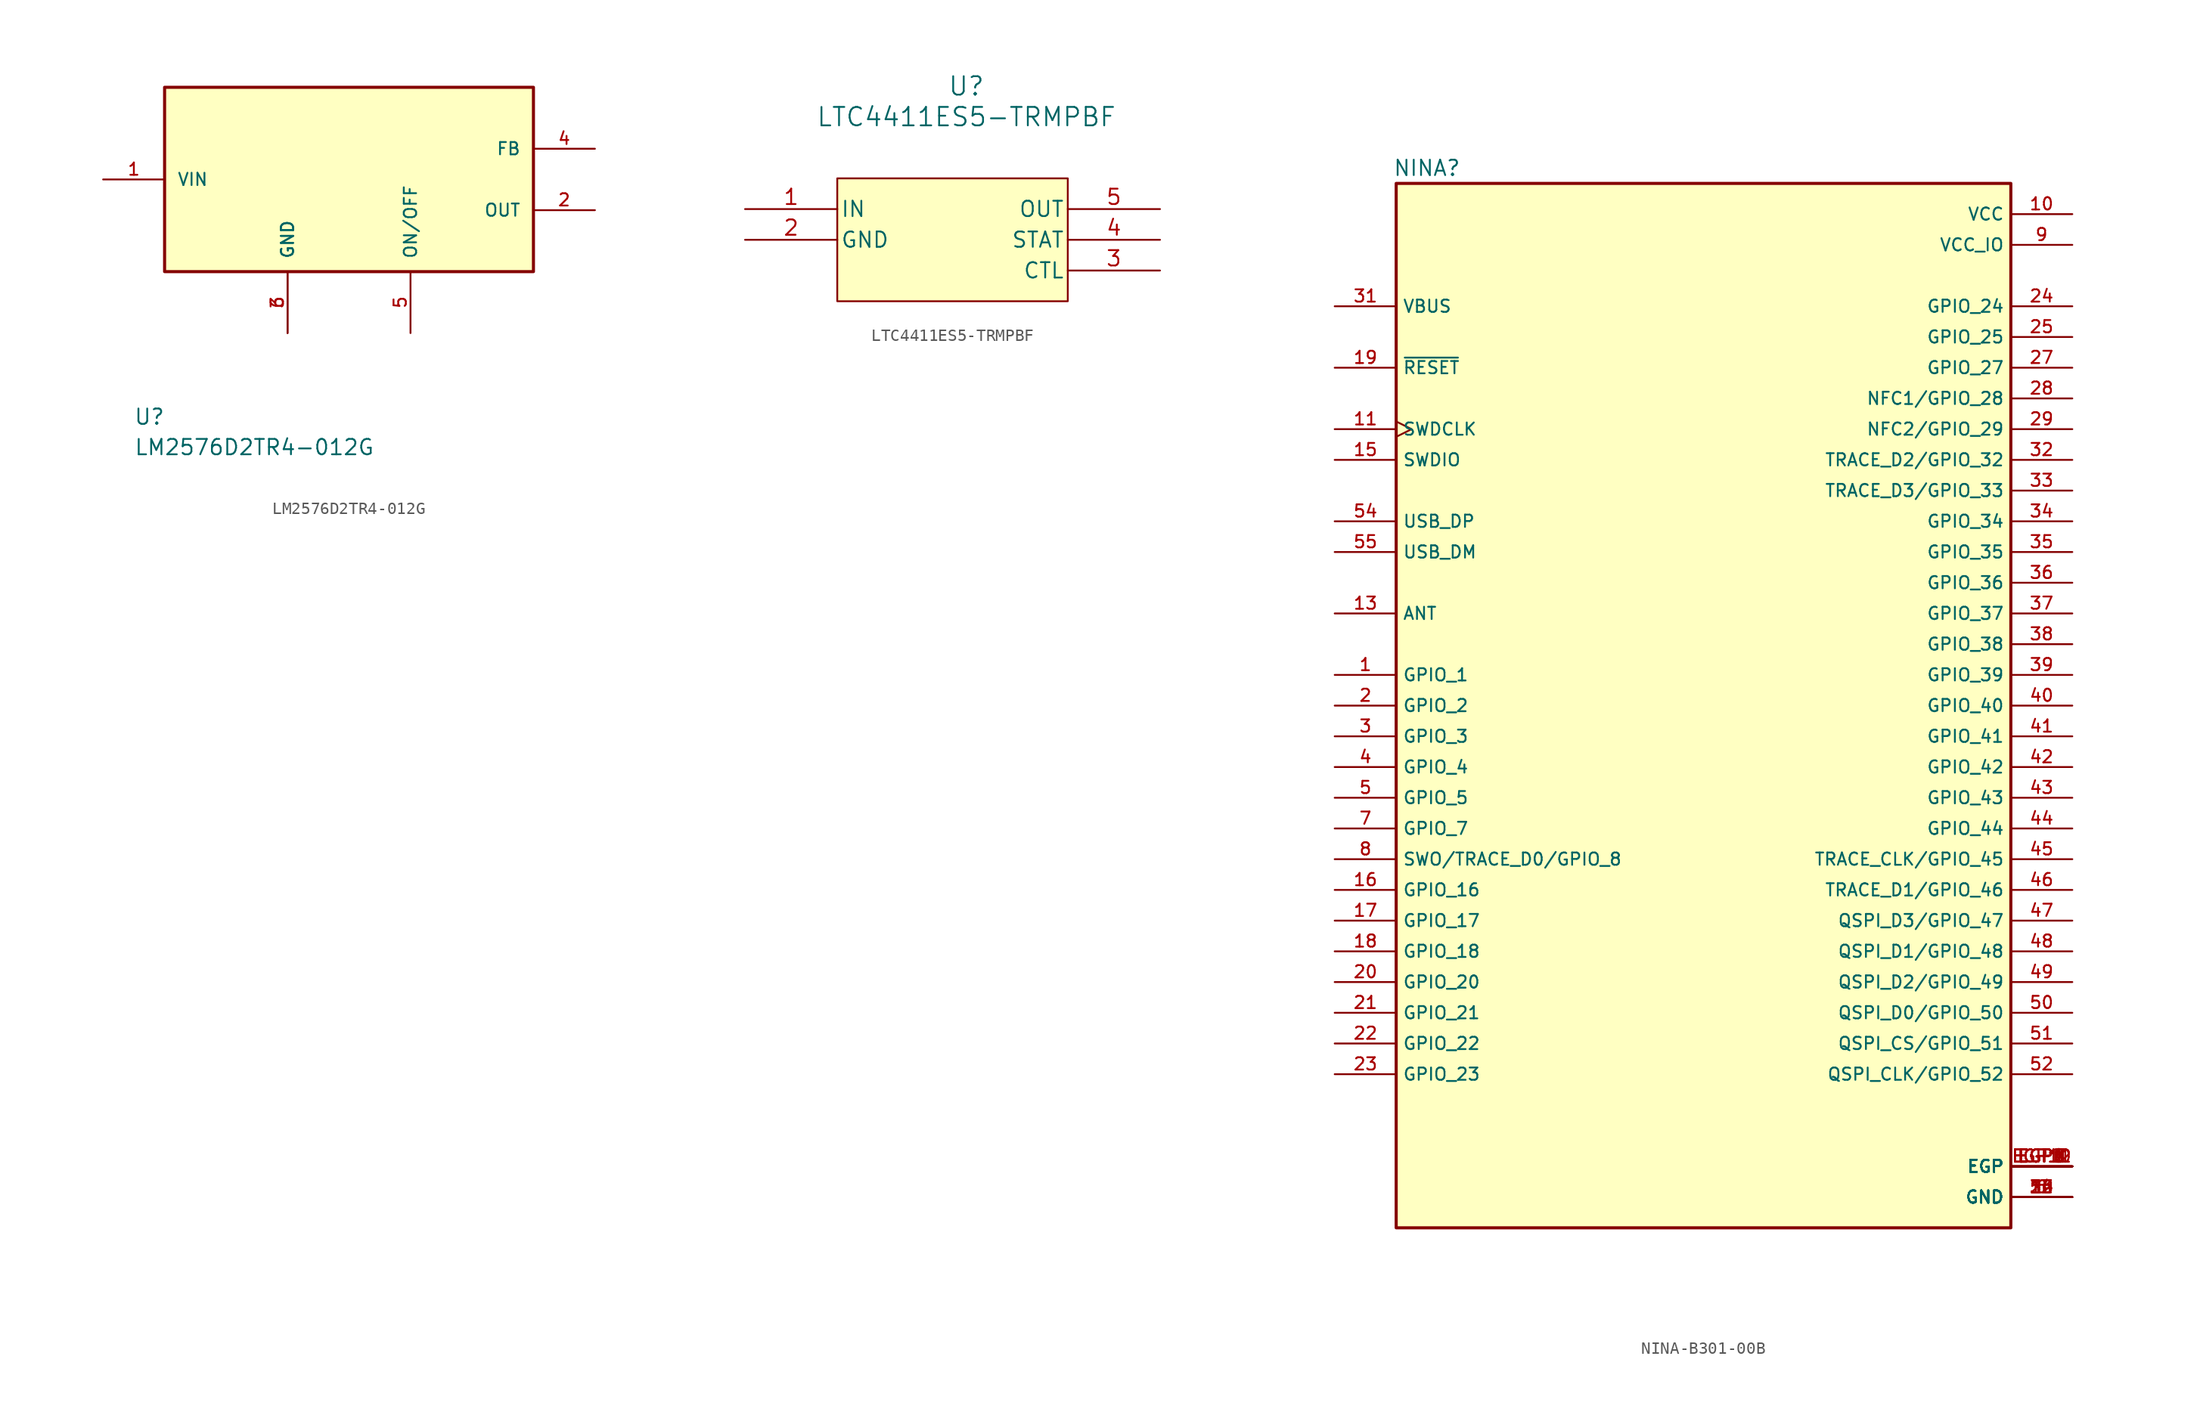
<source format=kicad_sym>
(kicad_symbol_lib
  (version 20241209)
  (generator "kicad_symbol_editor")
  (generator_version "9.0")
  (symbol "LM2576D2TR4-012G"
    (pin_names
      (offset 1.016))
    (property "Reference" "U"
      (at -17.805 -20.371 0)
      (effects (font (size 1.27 1.27)) (justify left bottom)))
    (property "Value" "LM2576D2TR4-012G"
      (at -17.78 -22.885 0)
      (effects (font (size 1.27 1.27)) (justify left bottom)))
    (property "ki_locked" ""
      (at 0 0 0)
      (effects (font (size 1.27 1.27))))
    (symbol "LM2576D2TR4-012G_0_0"
      (rectangle (start -15.24 -7.62) (end 15.24 7.62) (stroke (width 0.254) (type default)) (fill (type background)))
      (pin input line (at -20.32 0 0) (length 5.08) (name "VIN" (effects (font (size 1.016 1.016)))) (number "1" (effects (font (size 1.016 1.016)))))
      (pin passive line (at -5.08 -12.7 90) (length 5.08) (name "GND" (effects (font (size 1.016 1.016)))) (number "3" (effects (font (size 1.016 1.016)))))
      (pin passive line (at -5.08 -12.7 90) (length 5.08) (name "GND" (effects (font (size 1.016 1.016)))) (number "6" (effects (font (size 1.016 1.016)))))
      (pin input line (at 5.08 -12.7 90) (length 5.08) (name "ON/OFF" (effects (font (size 1.016 1.016)))) (number "5" (effects (font (size 1.016 1.016)))))
      (pin output line (at 20.32 2.54 180) (length 5.08) (name "FB" (effects (font (size 1.016 1.016)))) (number "4" (effects (font (size 1.016 1.016)))))
      (pin output line (at 20.32 -2.54 180) (length 5.08) (name "OUT" (effects (font (size 1.016 1.016)))) (number "2" (effects (font (size 1.016 1.016)))))))
  (symbol "LTC4411ES5-TRMPBF"
    (pin_names
      (offset 0.254))
    (property "Reference" "U"
      (at 18.288 10.16 0)
      (effects (font (size 1.524 1.524))))
    (property "Value" "LTC4411ES5-TRMPBF"
      (at 18.288 7.62 0)
      (effects (font (size 1.524 1.524))))
    (property "ki_locked" ""
      (at 0 0 0)
      (effects (font (size 1.27 1.27))))
    (symbol "LTC4411ES5-TRMPBF_0_1"
      (pin input line (at 0 0 0) (length 7.62) (name "IN" (effects (font (size 1.27 1.27)))) (number "1" (effects (font (size 1.27 1.27)))))
      (pin power_in line (at 0 -2.54 0) (length 7.62) (name "GND" (effects (font (size 1.27 1.27)))) (number "2" (effects (font (size 1.27 1.27)))))
      (pin output line (at 34.29 0 180) (length 7.62) (name "OUT" (effects (font (size 1.27 1.27)))) (number "5" (effects (font (size 1.27 1.27)))))
      (pin unspecified line (at 34.29 -2.54 180) (length 7.62) (name "STAT" (effects (font (size 1.27 1.27)))) (number "4" (effects (font (size 1.27 1.27)))))
      (pin unspecified line (at 34.29 -5.08 180) (length 7.62) (name "CTL" (effects (font (size 1.27 1.27)))) (number "3" (effects (font (size 1.27 1.27))))))
    (symbol "LTC4411ES5-TRMPBF_1_1"
      (rectangle (start 7.62 2.54) (end 26.67 -7.62) (stroke (width 0) (type solid)) (fill (type background)))))
  (symbol "NINA-B301-00B"
    (property "Reference" "NINA"
      (at -24.13 33.02 0)
      (effects (font (size 1.27 1.27))))
    (property "Value" ""
      (at 0 0 0)
      (effects (font (size 1.27 1.27))))
    (symbol "NINA-B301-00B_0_0"
      (rectangle (start -26.67 -54.61) (end 24.13 31.75) (stroke (width 0.254) (type default)) (fill (type background)))
      (pin input line (at -31.75 21.59 0) (length 5.08) (name "VBUS" (effects (font (size 1.016 1.016)))) (number "31" (effects (font (size 1.016 1.016)))))
      (pin bidirectional line (at -31.75 16.51 0) (length 5.08) (name "~{RESET}" (effects (font (size 1.016 1.016)))) (number "19" (effects (font (size 1.016 1.016)))))
      (pin input clock (at -31.75 11.43 0) (length 5.08) (name "SWDCLK" (effects (font (size 1.016 1.016)))) (number "11" (effects (font (size 1.016 1.016)))))
      (pin bidirectional line (at -31.75 8.89 0) (length 5.08) (name "SWDIO" (effects (font (size 1.016 1.016)))) (number "15" (effects (font (size 1.016 1.016)))))
      (pin bidirectional line (at -31.75 3.81 0) (length 5.08) (name "USB_DP" (effects (font (size 1.016 1.016)))) (number "54" (effects (font (size 1.016 1.016)))))
      (pin bidirectional line (at -31.75 1.27 0) (length 5.08) (name "USB_DM" (effects (font (size 1.016 1.016)))) (number "55" (effects (font (size 1.016 1.016)))))
      (pin bidirectional line (at -31.75 -3.81 0) (length 5.08) (name "ANT" (effects (font (size 1.016 1.016)))) (number "13" (effects (font (size 1.016 1.016)))))
      (pin bidirectional line (at -31.75 -8.89 0) (length 5.08) (name "GPIO_1" (effects (font (size 1.016 1.016)))) (number "1" (effects (font (size 1.016 1.016)))))
      (pin bidirectional line (at -31.75 -11.43 0) (length 5.08) (name "GPIO_2" (effects (font (size 1.016 1.016)))) (number "2" (effects (font (size 1.016 1.016)))))
      (pin bidirectional line (at -31.75 -13.97 0) (length 5.08) (name "GPIO_3" (effects (font (size 1.016 1.016)))) (number "3" (effects (font (size 1.016 1.016)))))
      (pin bidirectional line (at -31.75 -16.51 0) (length 5.08) (name "GPIO_4" (effects (font (size 1.016 1.016)))) (number "4" (effects (font (size 1.016 1.016)))))
      (pin bidirectional line (at -31.75 -19.05 0) (length 5.08) (name "GPIO_5" (effects (font (size 1.016 1.016)))) (number "5" (effects (font (size 1.016 1.016)))))
      (pin bidirectional line (at -31.75 -21.59 0) (length 5.08) (name "GPIO_7" (effects (font (size 1.016 1.016)))) (number "7" (effects (font (size 1.016 1.016)))))
      (pin bidirectional line (at -31.75 -24.13 0) (length 5.08) (name "SWO/TRACE_D0/GPIO_8" (effects (font (size 1.016 1.016)))) (number "8" (effects (font (size 1.016 1.016)))))
      (pin bidirectional line (at -31.75 -26.67 0) (length 5.08) (name "GPIO_16" (effects (font (size 1.016 1.016)))) (number "16" (effects (font (size 1.016 1.016)))))
      (pin bidirectional line (at -31.75 -29.21 0) (length 5.08) (name "GPIO_17" (effects (font (size 1.016 1.016)))) (number "17" (effects (font (size 1.016 1.016)))))
      (pin bidirectional line (at -31.75 -31.75 0) (length 5.08) (name "GPIO_18" (effects (font (size 1.016 1.016)))) (number "18" (effects (font (size 1.016 1.016)))))
      (pin bidirectional line (at -31.75 -34.29 0) (length 5.08) (name "GPIO_20" (effects (font (size 1.016 1.016)))) (number "20" (effects (font (size 1.016 1.016)))))
      (pin bidirectional line (at -31.75 -36.83 0) (length 5.08) (name "GPIO_21" (effects (font (size 1.016 1.016)))) (number "21" (effects (font (size 1.016 1.016)))))
      (pin bidirectional line (at -31.75 -39.37 0) (length 5.08) (name "GPIO_22" (effects (font (size 1.016 1.016)))) (number "22" (effects (font (size 1.016 1.016)))))
      (pin bidirectional line (at -31.75 -41.91 0) (length 5.08) (name "GPIO_23" (effects (font (size 1.016 1.016)))) (number "23" (effects (font (size 1.016 1.016)))))
      (pin power_in line (at 29.21 29.21 180) (length 5.08) (name "VCC" (effects (font (size 1.016 1.016)))) (number "10" (effects (font (size 1.016 1.016)))))
      (pin power_in line (at 29.21 26.67 180) (length 5.08) (name "VCC_IO" (effects (font (size 1.016 1.016)))) (number "9" (effects (font (size 1.016 1.016)))))
      (pin bidirectional line (at 29.21 21.59 180) (length 5.08) (name "GPIO_24" (effects (font (size 1.016 1.016)))) (number "24" (effects (font (size 1.016 1.016)))))
      (pin bidirectional line (at 29.21 19.05 180) (length 5.08) (name "GPIO_25" (effects (font (size 1.016 1.016)))) (number "25" (effects (font (size 1.016 1.016)))))
      (pin bidirectional line (at 29.21 16.51 180) (length 5.08) (name "GPIO_27" (effects (font (size 1.016 1.016)))) (number "27" (effects (font (size 1.016 1.016)))))
      (pin bidirectional line (at 29.21 13.97 180) (length 5.08) (name "NFC1/GPIO_28" (effects (font (size 1.016 1.016)))) (number "28" (effects (font (size 1.016 1.016)))))
      (pin bidirectional line (at 29.21 11.43 180) (length 5.08) (name "NFC2/GPIO_29" (effects (font (size 1.016 1.016)))) (number "29" (effects (font (size 1.016 1.016)))))
      (pin bidirectional line (at 29.21 8.89 180) (length 5.08) (name "TRACE_D2/GPIO_32" (effects (font (size 1.016 1.016)))) (number "32" (effects (font (size 1.016 1.016)))))
      (pin bidirectional line (at 29.21 6.35 180) (length 5.08) (name "TRACE_D3/GPIO_33" (effects (font (size 1.016 1.016)))) (number "33" (effects (font (size 1.016 1.016)))))
      (pin bidirectional line (at 29.21 3.81 180) (length 5.08) (name "GPIO_34" (effects (font (size 1.016 1.016)))) (number "34" (effects (font (size 1.016 1.016)))))
      (pin bidirectional line (at 29.21 1.27 180) (length 5.08) (name "GPIO_35" (effects (font (size 1.016 1.016)))) (number "35" (effects (font (size 1.016 1.016)))))
      (pin bidirectional line (at 29.21 -1.27 180) (length 5.08) (name "GPIO_36" (effects (font (size 1.016 1.016)))) (number "36" (effects (font (size 1.016 1.016)))))
      (pin bidirectional line (at 29.21 -3.81 180) (length 5.08) (name "GPIO_37" (effects (font (size 1.016 1.016)))) (number "37" (effects (font (size 1.016 1.016)))))
      (pin bidirectional line (at 29.21 -6.35 180) (length 5.08) (name "GPIO_38" (effects (font (size 1.016 1.016)))) (number "38" (effects (font (size 1.016 1.016)))))
      (pin bidirectional line (at 29.21 -8.89 180) (length 5.08) (name "GPIO_39" (effects (font (size 1.016 1.016)))) (number "39" (effects (font (size 1.016 1.016)))))
      (pin bidirectional line (at 29.21 -11.43 180) (length 5.08) (name "GPIO_40" (effects (font (size 1.016 1.016)))) (number "40" (effects (font (size 1.016 1.016)))))
      (pin bidirectional line (at 29.21 -13.97 180) (length 5.08) (name "GPIO_41" (effects (font (size 1.016 1.016)))) (number "41" (effects (font (size 1.016 1.016)))))
      (pin bidirectional line (at 29.21 -16.51 180) (length 5.08) (name "GPIO_42" (effects (font (size 1.016 1.016)))) (number "42" (effects (font (size 1.016 1.016)))))
      (pin bidirectional line (at 29.21 -19.05 180) (length 5.08) (name "GPIO_43" (effects (font (size 1.016 1.016)))) (number "43" (effects (font (size 1.016 1.016)))))
      (pin bidirectional line (at 29.21 -21.59 180) (length 5.08) (name "GPIO_44" (effects (font (size 1.016 1.016)))) (number "44" (effects (font (size 1.016 1.016)))))
      (pin bidirectional line (at 29.21 -24.13 180) (length 5.08) (name "TRACE_CLK/GPIO_45" (effects (font (size 1.016 1.016)))) (number "45" (effects (font (size 1.016 1.016)))))
      (pin bidirectional line (at 29.21 -26.67 180) (length 5.08) (name "TRACE_D1/GPIO_46" (effects (font (size 1.016 1.016)))) (number "46" (effects (font (size 1.016 1.016)))))
      (pin bidirectional line (at 29.21 -29.21 180) (length 5.08) (name "QSPI_D3/GPIO_47" (effects (font (size 1.016 1.016)))) (number "47" (effects (font (size 1.016 1.016)))))
      (pin bidirectional line (at 29.21 -31.75 180) (length 5.08) (name "QSPI_D1/GPIO_48" (effects (font (size 1.016 1.016)))) (number "48" (effects (font (size 1.016 1.016)))))
      (pin bidirectional line (at 29.21 -34.29 180) (length 5.08) (name "QSPI_D2/GPIO_49" (effects (font (size 1.016 1.016)))) (number "49" (effects (font (size 1.016 1.016)))))
      (pin bidirectional line (at 29.21 -36.83 180) (length 5.08) (name "QSPI_D0/GPIO_50" (effects (font (size 1.016 1.016)))) (number "50" (effects (font (size 1.016 1.016)))))
      (pin bidirectional line (at 29.21 -39.37 180) (length 5.08) (name "QSPI_CS/GPIO_51" (effects (font (size 1.016 1.016)))) (number "51" (effects (font (size 1.016 1.016)))))
      (pin bidirectional line (at 29.21 -41.91 180) (length 5.08) (name "QSPI_CLK/GPIO_52" (effects (font (size 1.016 1.016)))) (number "52" (effects (font (size 1.016 1.016)))))
      (pin power_in line (at 29.21 -49.53 180) (length 5.08) (name "EGP" (effects (font (size 1.016 1.016)))) (number "EGP1" (effects (font (size 1.016 1.016)))))
      (pin power_in line (at 29.21 -49.53 180) (length 5.08) (name "EGP" (effects (font (size 1.016 1.016)))) (number "EGP10" (effects (font (size 1.016 1.016)))))
      (pin power_in line (at 29.21 -49.53 180) (length 5.08) (name "EGP" (effects (font (size 1.016 1.016)))) (number "EGP11" (effects (font (size 1.016 1.016)))))
      (pin power_in line (at 29.21 -49.53 180) (length 5.08) (name "EGP" (effects (font (size 1.016 1.016)))) (number "EGP12" (effects (font (size 1.016 1.016)))))
      (pin power_in line (at 29.21 -49.53 180) (length 5.08) (name "EGP" (effects (font (size 1.016 1.016)))) (number "EGP2" (effects (font (size 1.016 1.016)))))
      (pin power_in line (at 29.21 -49.53 180) (length 5.08) (name "EGP" (effects (font (size 1.016 1.016)))) (number "EGP3" (effects (font (size 1.016 1.016)))))
      (pin power_in line (at 29.21 -49.53 180) (length 5.08) (name "EGP" (effects (font (size 1.016 1.016)))) (number "EGP4" (effects (font (size 1.016 1.016)))))
      (pin power_in line (at 29.21 -49.53 180) (length 5.08) (name "EGP" (effects (font (size 1.016 1.016)))) (number "EGP5" (effects (font (size 1.016 1.016)))))
      (pin power_in line (at 29.21 -49.53 180) (length 5.08) (name "EGP" (effects (font (size 1.016 1.016)))) (number "EGP6" (effects (font (size 1.016 1.016)))))
      (pin power_in line (at 29.21 -49.53 180) (length 5.08) (name "EGP" (effects (font (size 1.016 1.016)))) (number "EGP7" (effects (font (size 1.016 1.016)))))
      (pin power_in line (at 29.21 -49.53 180) (length 5.08) (name "EGP" (effects (font (size 1.016 1.016)))) (number "EGP8" (effects (font (size 1.016 1.016)))))
      (pin power_in line (at 29.21 -49.53 180) (length 5.08) (name "EGP" (effects (font (size 1.016 1.016)))) (number "EGP9" (effects (font (size 1.016 1.016)))))
      (pin power_in line (at 29.21 -52.07 180) (length 5.08) (name "GND" (effects (font (size 1.016 1.016)))) (number "12" (effects (font (size 1.016 1.016)))))
      (pin power_in line (at 29.21 -52.07 180) (length 5.08) (name "GND" (effects (font (size 1.016 1.016)))) (number "14" (effects (font (size 1.016 1.016)))))
      (pin power_in line (at 29.21 -52.07 180) (length 5.08) (name "GND" (effects (font (size 1.016 1.016)))) (number "26" (effects (font (size 1.016 1.016)))))
      (pin power_in line (at 29.21 -52.07 180) (length 5.08) (name "GND" (effects (font (size 1.016 1.016)))) (number "30" (effects (font (size 1.016 1.016)))))
      (pin power_in line (at 29.21 -52.07 180) (length 5.08) (name "GND" (effects (font (size 1.016 1.016)))) (number "53" (effects (font (size 1.016 1.016)))))
      (pin power_in line (at 29.21 -52.07 180) (length 5.08) (name "GND" (effects (font (size 1.016 1.016)))) (number "6" (effects (font (size 1.016 1.016))))))))
</source>
